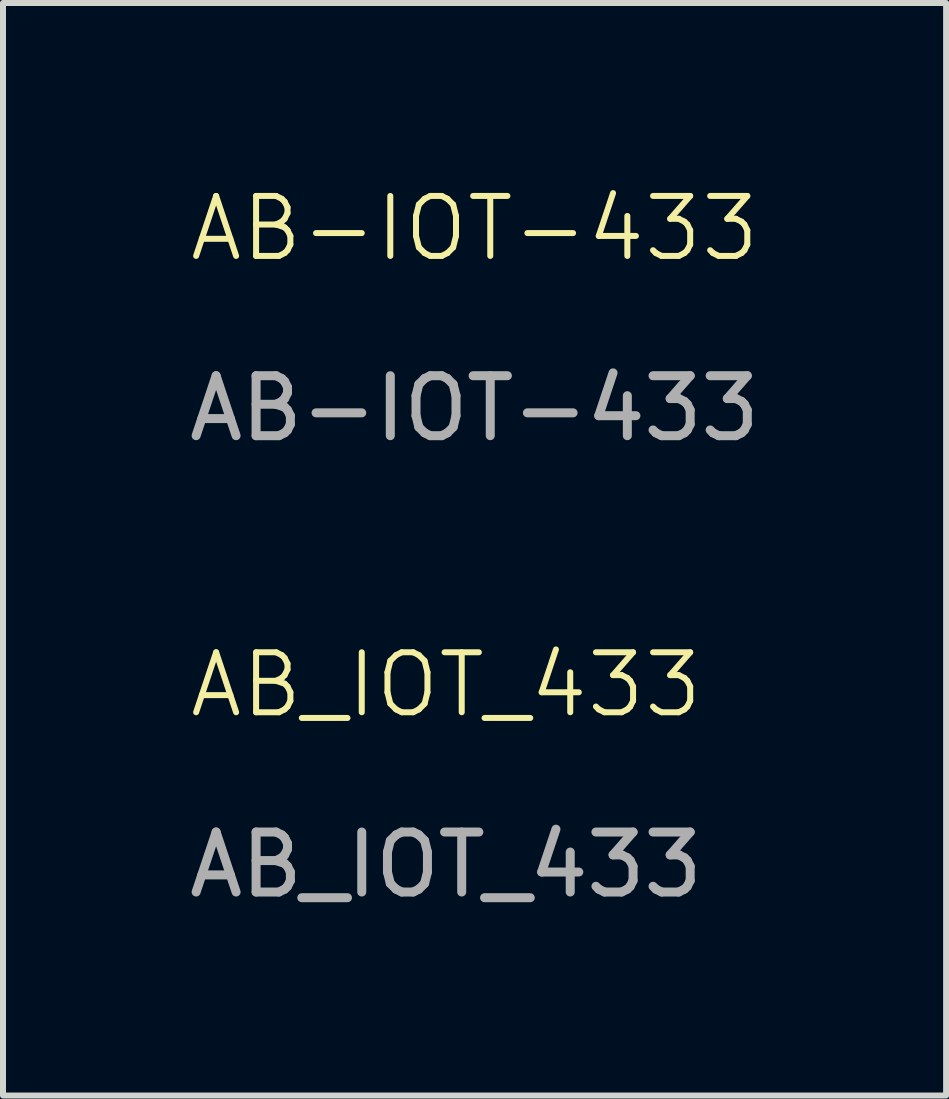
<source format=kicad_pcb>
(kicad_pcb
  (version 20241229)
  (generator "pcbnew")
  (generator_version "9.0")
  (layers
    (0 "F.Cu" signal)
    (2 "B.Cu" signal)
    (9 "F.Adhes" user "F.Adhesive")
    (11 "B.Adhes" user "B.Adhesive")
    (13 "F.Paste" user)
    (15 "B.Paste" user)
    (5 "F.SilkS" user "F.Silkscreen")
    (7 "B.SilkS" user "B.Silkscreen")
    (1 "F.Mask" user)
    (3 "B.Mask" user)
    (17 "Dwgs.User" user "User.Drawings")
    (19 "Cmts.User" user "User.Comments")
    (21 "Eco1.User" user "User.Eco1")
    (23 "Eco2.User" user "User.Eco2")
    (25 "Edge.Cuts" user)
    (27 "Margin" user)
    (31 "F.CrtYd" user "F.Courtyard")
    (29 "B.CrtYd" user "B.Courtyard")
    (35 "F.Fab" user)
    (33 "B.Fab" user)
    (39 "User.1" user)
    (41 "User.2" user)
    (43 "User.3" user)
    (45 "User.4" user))
  (footprint "AB-IOT-433"
    (layer "F.Cu")
    (at 4.863 1.26)
    (property "Reference" "AB-IOT-433" (at 0 -0.5 0) (unlocked yes) (layer "F.SilkS") (effects (font (size 1 1) (thickness 0.1))))
    (attr smd)
    (fp_text user "${REFERENCE}" (at 0 2.5 0) (unlocked yes) (layer "F.Fab") (effects (font (size 1 1) (thickness 0.15)))))
  (footprint "AB_IOT_433"
    (layer "F.Cu")
    (at 4.387 8.869)
    (property "Reference" "AB_IOT_433" (at 0 -0.5 0) (unlocked yes) (layer "F.SilkS") (effects (font (size 1 1) (thickness 0.1))))
    (attr smd)
    (fp_text user "${REFERENCE}" (at 0 2.5 0) (unlocked yes) (layer "F.Fab") (effects (font (size 1 1) (thickness 0.15)))))
  (gr_rect
    (start -3 -3)
    (end 12.726 15.217)
    (stroke (width 0.1) (type default))
    (fill no)
    (layer "Edge.Cuts")))
</source>
